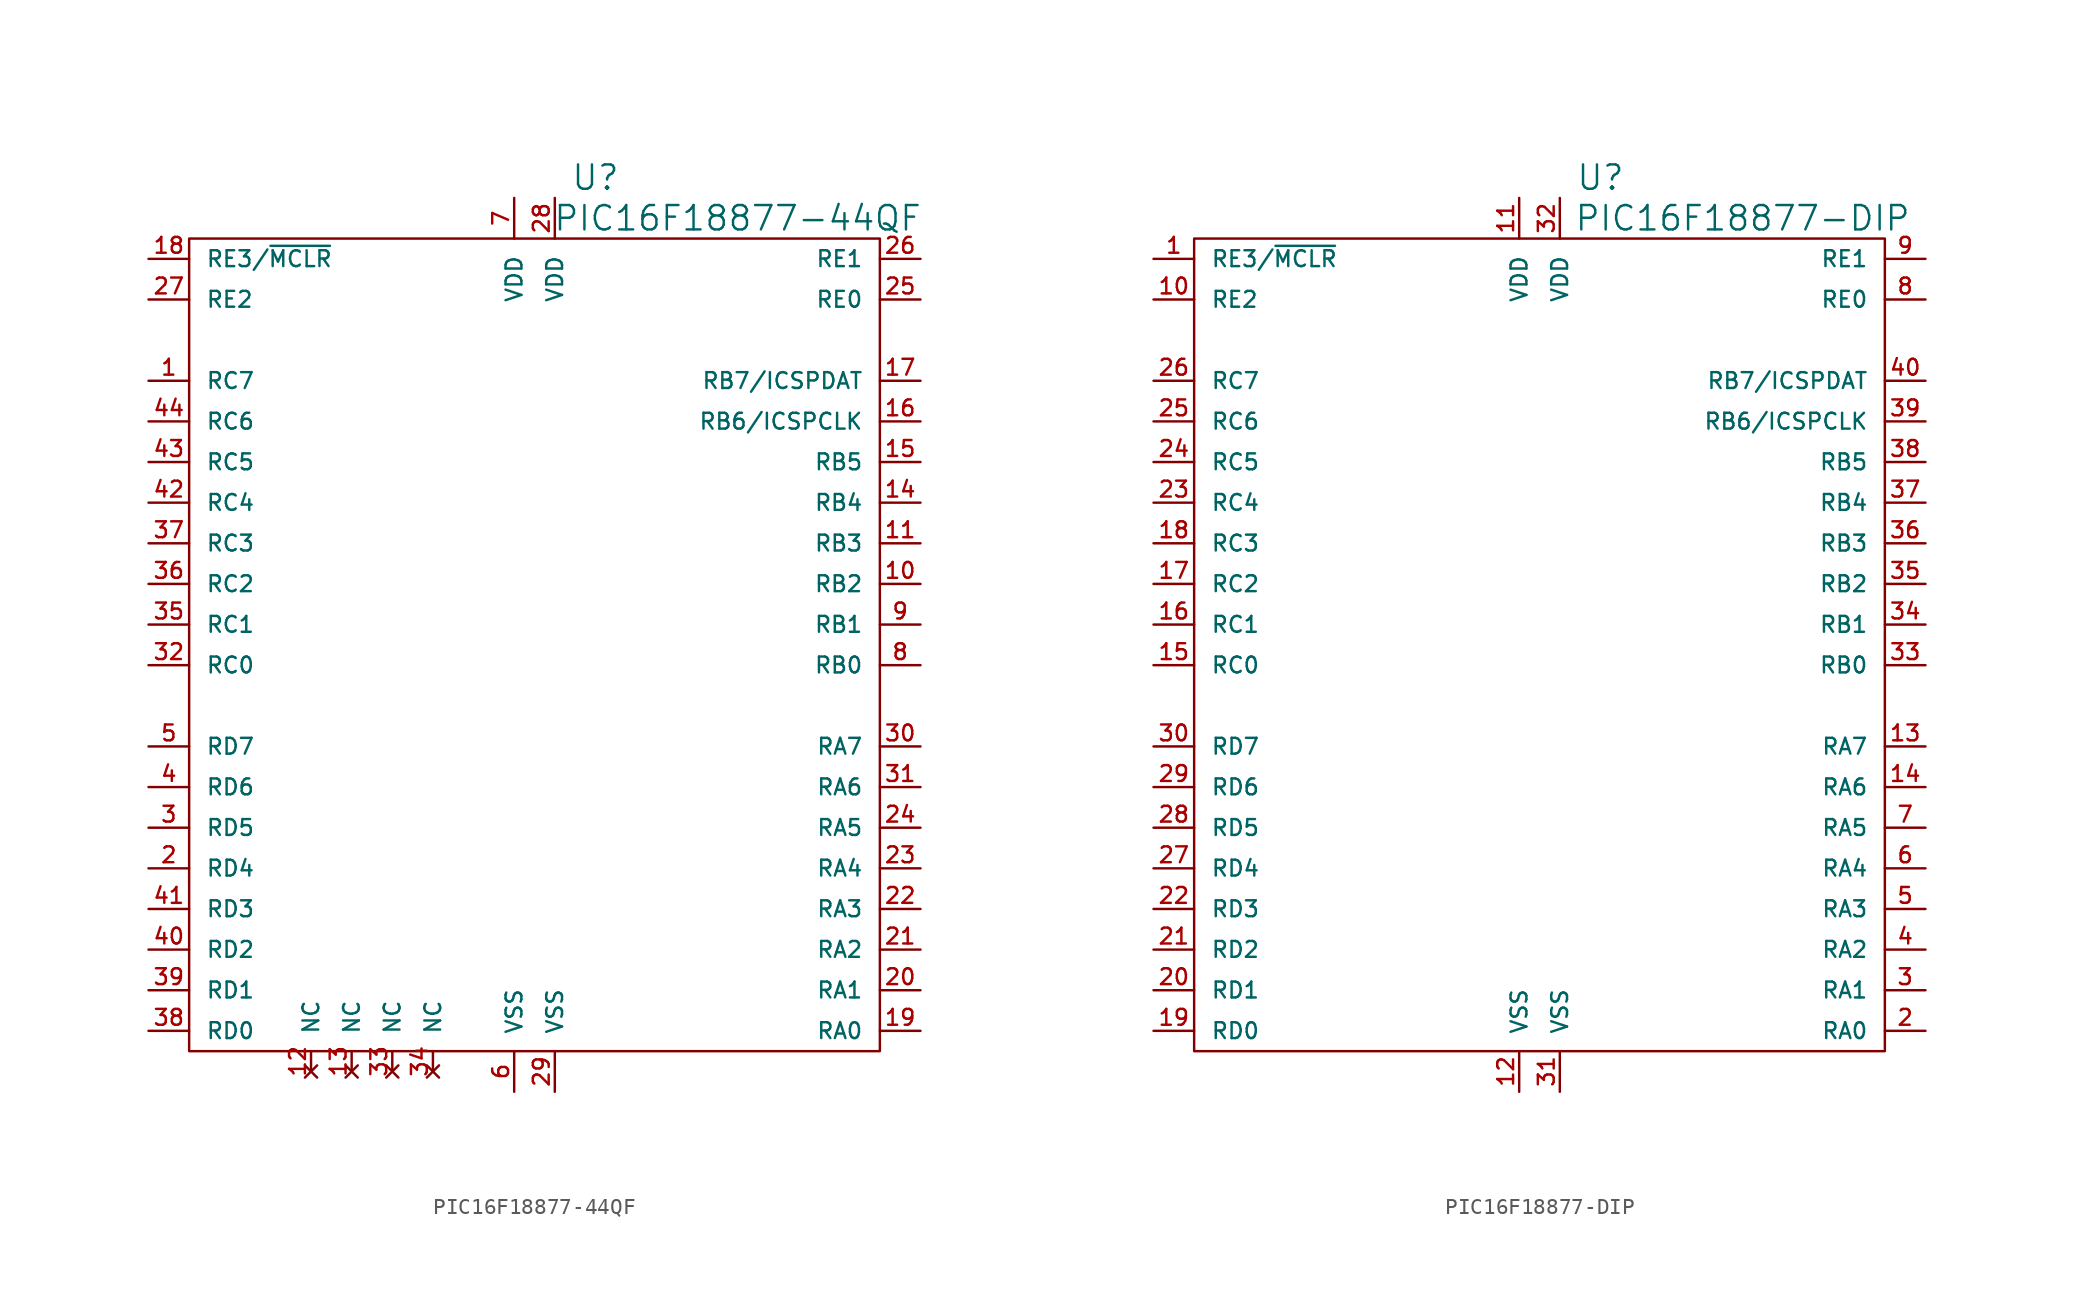
<source format=kicad_sym>
(kicad_symbol_lib
  (version 20220914)
  (generator kicad_symbol_editor)
  (symbol "PIC16F18877-44QF"
    (pin_names
      (offset 1.016))
    (property "Reference" "U"
      (at 3.81 29.21 0)
      (effects (font (size 1.524 1.524))))
    (property "Value" "PIC16F18877-44QF"
      (at 12.7 26.67 0)
      (effects (font (size 1.524 1.524))))
    (property "Footprint" ""
      (at 0 0 0)
      (effects (font (size 1.524 1.524))))
    (property "Datasheet" ""
      (at 0 0 0)
      (effects (font (size 1.524 1.524))))
    (symbol "PIC16F18877-44QF_0_1"
      (rectangle (start -21.59 25.4) (end 21.59 -25.4) (stroke (width 0) (type solid)) (fill (type none))))
    (symbol "PIC16F18877-44QF_1_1"
      (pin passive line (at -24.13 16.51 0) (length 2.54) (name "RC7" (effects (font (size 0.991 0.991)))) (number "1" (effects (font (size 0.991 0.991)))))
      (pin passive line (at 24.13 3.81 180) (length 2.54) (name "RB2" (effects (font (size 0.991 0.991)))) (number "10" (effects (font (size 0.991 0.991)))))
      (pin passive line (at 24.13 6.35 180) (length 2.54) (name "RB3" (effects (font (size 0.991 0.991)))) (number "11" (effects (font (size 0.991 0.991)))))
      (pin no_connect line (at -13.97 -26.67 90) (length 1.27) (name "NC" (effects (font (size 0.991 0.991)))) (number "12" (effects (font (size 0.991 0.991)))))
      (pin no_connect line (at -11.43 -26.67 90) (length 1.27) (name "NC" (effects (font (size 0.991 0.991)))) (number "13" (effects (font (size 0.991 0.991)))))
      (pin passive line (at 24.13 8.89 180) (length 2.54) (name "RB4" (effects (font (size 0.991 0.991)))) (number "14" (effects (font (size 0.991 0.991)))))
      (pin passive line (at 24.13 11.43 180) (length 2.54) (name "RB5" (effects (font (size 0.991 0.991)))) (number "15" (effects (font (size 0.991 0.991)))))
      (pin passive line (at 24.13 13.97 180) (length 2.54) (name "RB6/ICSPCLK" (effects (font (size 0.991 0.991)))) (number "16" (effects (font (size 0.991 0.991)))))
      (pin passive line (at 24.13 16.51 180) (length 2.54) (name "RB7/ICSPDAT" (effects (font (size 0.991 0.991)))) (number "17" (effects (font (size 0.991 0.991)))))
      (pin passive line (at -24.13 24.13 0) (length 2.54) (name "RE3/~{MCLR}" (effects (font (size 0.991 0.991)))) (number "18" (effects (font (size 0.991 0.991)))))
      (pin passive line (at 24.13 -24.13 180) (length 2.54) (name "RA0" (effects (font (size 0.991 0.991)))) (number "19" (effects (font (size 0.991 0.991)))))
      (pin passive line (at -24.13 -13.97 0) (length 2.54) (name "RD4" (effects (font (size 0.991 0.991)))) (number "2" (effects (font (size 0.991 0.991)))))
      (pin passive line (at 24.13 -21.59 180) (length 2.54) (name "RA1" (effects (font (size 0.991 0.991)))) (number "20" (effects (font (size 0.991 0.991)))))
      (pin passive line (at 24.13 -19.05 180) (length 2.54) (name "RA2" (effects (font (size 0.991 0.991)))) (number "21" (effects (font (size 0.991 0.991)))))
      (pin passive line (at 24.13 -16.51 180) (length 2.54) (name "RA3" (effects (font (size 0.991 0.991)))) (number "22" (effects (font (size 0.991 0.991)))))
      (pin passive line (at 24.13 -13.97 180) (length 2.54) (name "RA4" (effects (font (size 0.991 0.991)))) (number "23" (effects (font (size 0.991 0.991)))))
      (pin passive line (at 24.13 -11.43 180) (length 2.54) (name "RA5" (effects (font (size 0.991 0.991)))) (number "24" (effects (font (size 0.991 0.991)))))
      (pin passive line (at 24.13 21.59 180) (length 2.54) (name "RE0" (effects (font (size 0.991 0.991)))) (number "25" (effects (font (size 0.991 0.991)))))
      (pin passive line (at 24.13 24.13 180) (length 2.54) (name "RE1" (effects (font (size 0.991 0.991)))) (number "26" (effects (font (size 0.991 0.991)))))
      (pin passive line (at -24.13 21.59 0) (length 2.54) (name "RE2" (effects (font (size 0.991 0.991)))) (number "27" (effects (font (size 0.991 0.991)))))
      (pin passive line (at 1.27 27.94 270) (length 2.54) (name "VDD" (effects (font (size 0.991 0.991)))) (number "28" (effects (font (size 0.991 0.991)))))
      (pin passive line (at 1.27 -27.94 90) (length 2.54) (name "VSS" (effects (font (size 0.991 0.991)))) (number "29" (effects (font (size 0.991 0.991)))))
      (pin passive line (at -24.13 -11.43 0) (length 2.54) (name "RD5" (effects (font (size 0.991 0.991)))) (number "3" (effects (font (size 0.991 0.991)))))
      (pin passive line (at 24.13 -6.35 180) (length 2.54) (name "RA7" (effects (font (size 0.991 0.991)))) (number "30" (effects (font (size 0.991 0.991)))))
      (pin passive line (at 24.13 -8.89 180) (length 2.54) (name "RA6" (effects (font (size 0.991 0.991)))) (number "31" (effects (font (size 0.991 0.991)))))
      (pin passive line (at -24.13 -1.27 0) (length 2.54) (name "RC0" (effects (font (size 0.991 0.991)))) (number "32" (effects (font (size 0.991 0.991)))))
      (pin no_connect line (at -8.89 -26.67 90) (length 1.27) (name "NC" (effects (font (size 0.991 0.991)))) (number "33" (effects (font (size 0.991 0.991)))))
      (pin no_connect line (at -6.35 -26.67 90) (length 1.27) (name "NC" (effects (font (size 0.991 0.991)))) (number "34" (effects (font (size 0.991 0.991)))))
      (pin passive line (at -24.13 1.27 0) (length 2.54) (name "RC1" (effects (font (size 0.991 0.991)))) (number "35" (effects (font (size 0.991 0.991)))))
      (pin passive line (at -24.13 3.81 0) (length 2.54) (name "RC2" (effects (font (size 0.991 0.991)))) (number "36" (effects (font (size 0.991 0.991)))))
      (pin passive line (at -24.13 6.35 0) (length 2.54) (name "RC3" (effects (font (size 0.991 0.991)))) (number "37" (effects (font (size 0.991 0.991)))))
      (pin passive line (at -24.13 -24.13 0) (length 2.54) (name "RD0" (effects (font (size 0.991 0.991)))) (number "38" (effects (font (size 0.991 0.991)))))
      (pin passive line (at -24.13 -21.59 0) (length 2.54) (name "RD1" (effects (font (size 0.991 0.991)))) (number "39" (effects (font (size 0.991 0.991)))))
      (pin passive line (at -24.13 -8.89 0) (length 2.54) (name "RD6" (effects (font (size 0.991 0.991)))) (number "4" (effects (font (size 0.991 0.991)))))
      (pin passive line (at -24.13 -19.05 0) (length 2.54) (name "RD2" (effects (font (size 0.991 0.991)))) (number "40" (effects (font (size 0.991 0.991)))))
      (pin passive line (at -24.13 -16.51 0) (length 2.54) (name "RD3" (effects (font (size 0.991 0.991)))) (number "41" (effects (font (size 0.991 0.991)))))
      (pin passive line (at -24.13 8.89 0) (length 2.54) (name "RC4" (effects (font (size 0.991 0.991)))) (number "42" (effects (font (size 0.991 0.991)))))
      (pin passive line (at -24.13 11.43 0) (length 2.54) (name "RC5" (effects (font (size 0.991 0.991)))) (number "43" (effects (font (size 0.991 0.991)))))
      (pin passive line (at -24.13 13.97 0) (length 2.54) (name "RC6" (effects (font (size 0.991 0.991)))) (number "44" (effects (font (size 0.991 0.991)))))
      (pin passive line (at -24.13 -6.35 0) (length 2.54) (name "RD7" (effects (font (size 0.991 0.991)))) (number "5" (effects (font (size 0.991 0.991)))))
      (pin passive line (at -1.27 -27.94 90) (length 2.54) (name "VSS" (effects (font (size 0.991 0.991)))) (number "6" (effects (font (size 0.991 0.991)))))
      (pin passive line (at -1.27 27.94 270) (length 2.54) (name "VDD" (effects (font (size 0.991 0.991)))) (number "7" (effects (font (size 0.991 0.991)))))
      (pin passive line (at 24.13 -1.27 180) (length 2.54) (name "RB0" (effects (font (size 0.991 0.991)))) (number "8" (effects (font (size 0.991 0.991)))))
      (pin passive line (at 24.13 1.27 180) (length 2.54) (name "RB1" (effects (font (size 0.991 0.991)))) (number "9" (effects (font (size 0.991 0.991)))))))
  (symbol "PIC16F18877-DIP"
    (pin_names
      (offset 1.016))
    (property "Reference" "U"
      (at 3.81 29.21 0)
      (effects (font (size 1.524 1.524))))
    (property "Value" "PIC16F18877-DIP"
      (at 12.7 26.67 0)
      (effects (font (size 1.524 1.524))))
    (property "Footprint" ""
      (at 0 0 0)
      (effects (font (size 1.524 1.524))))
    (property "Datasheet" ""
      (at 0 0 0)
      (effects (font (size 1.524 1.524))))
    (symbol "PIC16F18877-DIP_0_1"
      (rectangle (start -21.59 25.4) (end 21.59 -25.4) (stroke (width 0) (type solid)) (fill (type none))))
    (symbol "PIC16F18877-DIP_1_1"
      (pin passive line (at -24.13 24.13 0) (length 2.54) (name "RE3/~{MCLR}" (effects (font (size 0.991 0.991)))) (number "1" (effects (font (size 0.991 0.991)))))
      (pin passive line (at -24.13 21.59 0) (length 2.54) (name "RE2" (effects (font (size 0.991 0.991)))) (number "10" (effects (font (size 0.991 0.991)))))
      (pin passive line (at -1.27 27.94 270) (length 2.54) (name "VDD" (effects (font (size 0.991 0.991)))) (number "11" (effects (font (size 0.991 0.991)))))
      (pin passive line (at -1.27 -27.94 90) (length 2.54) (name "VSS" (effects (font (size 0.991 0.991)))) (number "12" (effects (font (size 0.991 0.991)))))
      (pin passive line (at 24.13 -6.35 180) (length 2.54) (name "RA7" (effects (font (size 0.991 0.991)))) (number "13" (effects (font (size 0.991 0.991)))))
      (pin passive line (at 24.13 -8.89 180) (length 2.54) (name "RA6" (effects (font (size 0.991 0.991)))) (number "14" (effects (font (size 0.991 0.991)))))
      (pin passive line (at -24.13 -1.27 0) (length 2.54) (name "RC0" (effects (font (size 0.991 0.991)))) (number "15" (effects (font (size 0.991 0.991)))))
      (pin passive line (at -24.13 1.27 0) (length 2.54) (name "RC1" (effects (font (size 0.991 0.991)))) (number "16" (effects (font (size 0.991 0.991)))))
      (pin passive line (at -24.13 3.81 0) (length 2.54) (name "RC2" (effects (font (size 0.991 0.991)))) (number "17" (effects (font (size 0.991 0.991)))))
      (pin passive line (at -24.13 6.35 0) (length 2.54) (name "RC3" (effects (font (size 0.991 0.991)))) (number "18" (effects (font (size 0.991 0.991)))))
      (pin passive line (at -24.13 -24.13 0) (length 2.54) (name "RD0" (effects (font (size 0.991 0.991)))) (number "19" (effects (font (size 0.991 0.991)))))
      (pin passive line (at 24.13 -24.13 180) (length 2.54) (name "RA0" (effects (font (size 0.991 0.991)))) (number "2" (effects (font (size 0.991 0.991)))))
      (pin passive line (at -24.13 -21.59 0) (length 2.54) (name "RD1" (effects (font (size 0.991 0.991)))) (number "20" (effects (font (size 0.991 0.991)))))
      (pin passive line (at -24.13 -19.05 0) (length 2.54) (name "RD2" (effects (font (size 0.991 0.991)))) (number "21" (effects (font (size 0.991 0.991)))))
      (pin passive line (at -24.13 -16.51 0) (length 2.54) (name "RD3" (effects (font (size 0.991 0.991)))) (number "22" (effects (font (size 0.991 0.991)))))
      (pin passive line (at -24.13 8.89 0) (length 2.54) (name "RC4" (effects (font (size 0.991 0.991)))) (number "23" (effects (font (size 0.991 0.991)))))
      (pin passive line (at -24.13 11.43 0) (length 2.54) (name "RC5" (effects (font (size 0.991 0.991)))) (number "24" (effects (font (size 0.991 0.991)))))
      (pin passive line (at -24.13 13.97 0) (length 2.54) (name "RC6" (effects (font (size 0.991 0.991)))) (number "25" (effects (font (size 0.991 0.991)))))
      (pin passive line (at -24.13 16.51 0) (length 2.54) (name "RC7" (effects (font (size 0.991 0.991)))) (number "26" (effects (font (size 0.991 0.991)))))
      (pin passive line (at -24.13 -13.97 0) (length 2.54) (name "RD4" (effects (font (size 0.991 0.991)))) (number "27" (effects (font (size 0.991 0.991)))))
      (pin passive line (at -24.13 -11.43 0) (length 2.54) (name "RD5" (effects (font (size 0.991 0.991)))) (number "28" (effects (font (size 0.991 0.991)))))
      (pin passive line (at -24.13 -8.89 0) (length 2.54) (name "RD6" (effects (font (size 0.991 0.991)))) (number "29" (effects (font (size 0.991 0.991)))))
      (pin passive line (at 24.13 -21.59 180) (length 2.54) (name "RA1" (effects (font (size 0.991 0.991)))) (number "3" (effects (font (size 0.991 0.991)))))
      (pin passive line (at -24.13 -6.35 0) (length 2.54) (name "RD7" (effects (font (size 0.991 0.991)))) (number "30" (effects (font (size 0.991 0.991)))))
      (pin passive line (at 1.27 -27.94 90) (length 2.54) (name "VSS" (effects (font (size 0.991 0.991)))) (number "31" (effects (font (size 0.991 0.991)))))
      (pin passive line (at 1.27 27.94 270) (length 2.54) (name "VDD" (effects (font (size 0.991 0.991)))) (number "32" (effects (font (size 0.991 0.991)))))
      (pin passive line (at 24.13 -1.27 180) (length 2.54) (name "RB0" (effects (font (size 0.991 0.991)))) (number "33" (effects (font (size 0.991 0.991)))))
      (pin passive line (at 24.13 1.27 180) (length 2.54) (name "RB1" (effects (font (size 0.991 0.991)))) (number "34" (effects (font (size 0.991 0.991)))))
      (pin passive line (at 24.13 3.81 180) (length 2.54) (name "RB2" (effects (font (size 0.991 0.991)))) (number "35" (effects (font (size 0.991 0.991)))))
      (pin passive line (at 24.13 6.35 180) (length 2.54) (name "RB3" (effects (font (size 0.991 0.991)))) (number "36" (effects (font (size 0.991 0.991)))))
      (pin passive line (at 24.13 8.89 180) (length 2.54) (name "RB4" (effects (font (size 0.991 0.991)))) (number "37" (effects (font (size 0.991 0.991)))))
      (pin passive line (at 24.13 11.43 180) (length 2.54) (name "RB5" (effects (font (size 0.991 0.991)))) (number "38" (effects (font (size 0.991 0.991)))))
      (pin passive line (at 24.13 13.97 180) (length 2.54) (name "RB6/ICSPCLK" (effects (font (size 0.991 0.991)))) (number "39" (effects (font (size 0.991 0.991)))))
      (pin passive line (at 24.13 -19.05 180) (length 2.54) (name "RA2" (effects (font (size 0.991 0.991)))) (number "4" (effects (font (size 0.991 0.991)))))
      (pin passive line (at 24.13 16.51 180) (length 2.54) (name "RB7/ICSPDAT" (effects (font (size 0.991 0.991)))) (number "40" (effects (font (size 0.991 0.991)))))
      (pin passive line (at 24.13 -16.51 180) (length 2.54) (name "RA3" (effects (font (size 0.991 0.991)))) (number "5" (effects (font (size 0.991 0.991)))))
      (pin passive line (at 24.13 -13.97 180) (length 2.54) (name "RA4" (effects (font (size 0.991 0.991)))) (number "6" (effects (font (size 0.991 0.991)))))
      (pin passive line (at 24.13 -11.43 180) (length 2.54) (name "RA5" (effects (font (size 0.991 0.991)))) (number "7" (effects (font (size 0.991 0.991)))))
      (pin passive line (at 24.13 21.59 180) (length 2.54) (name "RE0" (effects (font (size 0.991 0.991)))) (number "8" (effects (font (size 0.991 0.991)))))
      (pin passive line (at 24.13 24.13 180) (length 2.54) (name "RE1" (effects (font (size 0.991 0.991)))) (number "9" (effects (font (size 0.991 0.991))))))))
</source>
